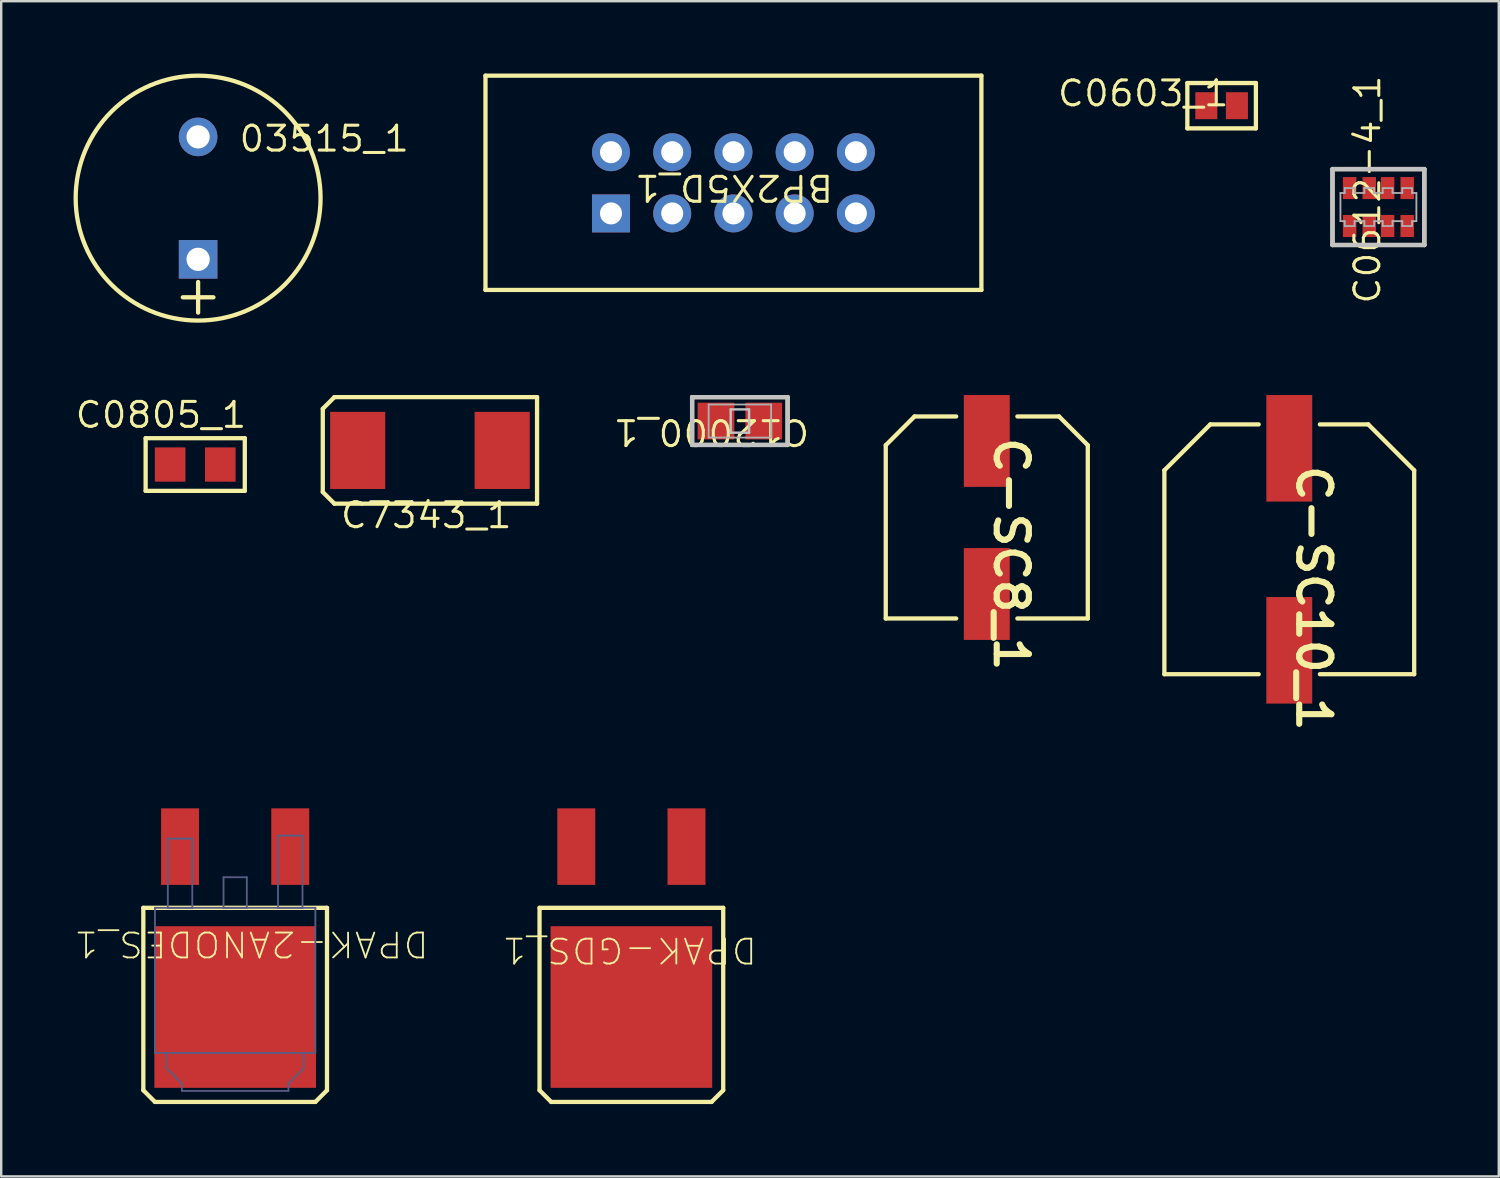
<source format=kicad_pcb>
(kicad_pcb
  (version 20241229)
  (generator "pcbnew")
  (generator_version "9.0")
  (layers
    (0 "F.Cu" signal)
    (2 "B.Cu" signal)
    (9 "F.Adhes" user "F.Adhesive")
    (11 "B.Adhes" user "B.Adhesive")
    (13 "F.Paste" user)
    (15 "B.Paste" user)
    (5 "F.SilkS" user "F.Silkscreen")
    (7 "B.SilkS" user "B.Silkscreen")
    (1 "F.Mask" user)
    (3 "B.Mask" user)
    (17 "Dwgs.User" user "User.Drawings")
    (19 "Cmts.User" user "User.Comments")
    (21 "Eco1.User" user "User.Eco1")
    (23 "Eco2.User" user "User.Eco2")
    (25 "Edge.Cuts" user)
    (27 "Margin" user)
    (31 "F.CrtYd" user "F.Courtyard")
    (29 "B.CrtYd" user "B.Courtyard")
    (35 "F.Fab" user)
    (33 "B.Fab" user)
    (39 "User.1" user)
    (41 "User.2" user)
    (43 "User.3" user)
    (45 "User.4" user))
  (footprint "DPAK-GDS_1"
    (layer "F.Cu")
    (at 23.144 36.95)
    (property "Reference" "DPAK-GDS_1" (at -0.076 -0.584 180) (unlocked yes) (layer "F.SilkS") (effects (font (size 1.033 1.087) (thickness 0.076))))
    (attr smd)
    (fp_line (start -3.81 -2.337) (end -3.81 5.232) (stroke (width 0.178) (type solid)) (layer "F.SilkS"))
    (fp_line (start -3.327 5.715) (end -3.81 5.232) (stroke (width 0.178) (type solid)) (layer "F.SilkS"))
    (fp_line (start 3.327 5.715) (end -3.327 5.715) (stroke (width 0.178) (type solid)) (layer "F.SilkS"))
    (fp_line (start 3.81 -2.337) (end -3.81 -2.337) (stroke (width 0.178) (type solid)) (layer "F.SilkS"))
    (fp_line (start 3.81 -2.337) (end 3.81 5.232) (stroke (width 0.178) (type solid)) (layer "F.SilkS"))
    (fp_line (start 3.81 5.232) (end 3.327 5.715) (stroke (width 0.178) (type solid)) (layer "F.SilkS"))
    (pad "D" smd rect (at 0 1.778) (size 6.706 6.706) (layers "F.Cu" "F.Mask" "F.Paste"))
    (pad "G" smd rect (at 2.286 -4.877) (size 1.575 3.175) (layers "F.Cu" "F.Mask" "F.Paste"))
    (pad "S" smd rect (at -2.286 -4.877) (size 1.575 3.175) (layers "F.Cu" "F.Mask" "F.Paste")))
  (footprint "C0805_1"
    (layer "F.Cu")
    (at 5.049 16.222)
    (property "Reference" "C0805_1" (at -1.422 -2.057 0) (unlocked yes) (layer "F.SilkS") (effects (font (size 1.033 1.087) (thickness 0.127))))
    (attr smd)
    (fp_line (start -2.057 -1.092) (end 2.057 -1.092) (stroke (width 0.178) (type solid)) (layer "F.SilkS"))
    (fp_line (start -2.057 1.092) (end -2.057 -1.092) (stroke (width 0.178) (type solid)) (layer "F.SilkS"))
    (fp_line (start -2.057 1.092) (end 2.057 1.092) (stroke (width 0.178) (type solid)) (layer "F.SilkS"))
    (fp_line (start 2.057 1.092) (end 2.057 -1.092) (stroke (width 0.178) (type solid)) (layer "F.SilkS"))
    (pad "1" smd rect (at -1.041 0) (size 1.27 1.422) (layers "F.Cu" "F.Mask" "F.Paste"))
    (pad "2" smd rect (at 1.041 0) (size 1.27 1.422) (layers "F.Cu" "F.Mask" "F.Paste")))
  (footprint "C-SC8_1"
    (layer "F.Cu")
    (at 37.888 18.418)
    (property "Reference" "C-SC8_1" (at 1.016 1.524 270) (unlocked yes) (layer "F.SilkS") (effects (font (size 1.333 1.402) (thickness 0.254))))
    (attr smd)
    (fp_line (start -4.191 -2.997) (end -2.997 -4.191) (stroke (width 0.178) (type solid)) (layer "F.SilkS"))
    (fp_line (start -4.191 4.191) (end -4.191 -2.997) (stroke (width 0.178) (type solid)) (layer "F.SilkS"))
    (fp_line (start -4.191 4.191) (end -1.27 4.191) (stroke (width 0.178) (type solid)) (layer "F.SilkS"))
    (fp_line (start -2.997 -4.191) (end -1.27 -4.191) (stroke (width 0.178) (type solid)) (layer "F.SilkS"))
    (fp_line (start 1.27 -4.191) (end 2.997 -4.191) (stroke (width 0.178) (type solid)) (layer "F.SilkS"))
    (fp_line (start 1.27 4.191) (end 4.191 4.191) (stroke (width 0.178) (type solid)) (layer "F.SilkS"))
    (fp_line (start 2.997 -4.191) (end 4.191 -2.997) (stroke (width 0.178) (type solid)) (layer "F.SilkS"))
    (fp_line (start 4.191 4.191) (end 4.191 -2.997) (stroke (width 0.178) (type solid)) (layer "F.SilkS"))
    (pad "+" smd rect (at 0 -3.175) (size 1.905 3.81) (layers "F.Cu" "F.Mask" "F.Paste"))
    (pad "-" smd rect (at 0 3.175) (size 1.905 3.81) (layers "F.Cu" "F.Mask" "F.Paste")))
  (footprint "C0612-4_1"
    (layer "F.Cu")
    (at 54.136 5.54)
    (property "Reference" "C0612-4_1" (at -0.457 -0.724 90) (unlocked yes) (layer "F.SilkS") (effects (font (size 1.033 1.087) (thickness 0.127))))
    (attr smd)
    (fp_line (start -1.905 -1.575) (end 1.905 -1.575) (stroke (width 0.178) (type solid)) (layer "F.SilkS"))
    (fp_line (start -1.905 1.575) (end -1.905 -1.575) (stroke (width 0.178) (type solid)) (layer "F.SilkS"))
    (fp_line (start -1.905 1.575) (end 1.905 1.575) (stroke (width 0.178) (type solid)) (layer "F.SilkS"))
    (fp_line (start 1.905 1.575) (end 1.905 -1.575) (stroke (width 0.178) (type solid)) (layer "F.SilkS"))
    (fp_line (start -1.905 -1.575) (end 1.905 -1.575) (stroke (width 0.178) (type solid)) (layer "Dwgs.User"))
    (fp_line (start -1.905 1.575) (end -1.905 -1.575) (stroke (width 0.178) (type solid)) (layer "Dwgs.User"))
    (fp_line (start -1.905 1.575) (end 1.905 1.575) (stroke (width 0.178) (type solid)) (layer "Dwgs.User"))
    (fp_line (start 1.905 1.575) (end 1.905 -1.575) (stroke (width 0.178) (type solid)) (layer "Dwgs.User"))
    (fp_line (start -1.575 -0.584) (end -1.397 -0.584) (stroke (width 0.076) (type solid)) (layer "F.Fab"))
    (fp_line (start -1.575 0.584) (end -1.575 -0.584) (stroke (width 0.076) (type solid)) (layer "F.Fab"))
    (fp_line (start -1.575 0.584) (end -1.397 0.584) (stroke (width 0.076) (type solid)) (layer "F.Fab"))
    (fp_line (start -1.397 -0.787) (end -0.991 -0.787) (stroke (width 0.076) (type solid)) (layer "F.Fab"))
    (fp_line (start -1.397 -0.584) (end -1.397 -0.787) (stroke (width 0.076) (type solid)) (layer "F.Fab"))
    (fp_line (start -1.397 0.787) (end -1.397 0.584) (stroke (width 0.076) (type solid)) (layer "F.Fab"))
    (fp_line (start -1.397 0.787) (end -0.991 0.787) (stroke (width 0.076) (type solid)) (layer "F.Fab"))
    (fp_line (start -0.991 -0.584) (end -0.991 -0.787) (stroke (width 0.076) (type solid)) (layer "F.Fab"))
    (fp_line (start -0.991 -0.584) (end -0.584 -0.584) (stroke (width 0.076) (type solid)) (layer "F.Fab"))
    (fp_line (start -0.991 0.584) (end -0.584 0.584) (stroke (width 0.076) (type solid)) (layer "F.Fab"))
    (fp_line (start -0.991 0.787) (end -0.991 0.584) (stroke (width 0.076) (type solid)) (layer "F.Fab"))
    (fp_line (start -0.584 -0.787) (end -0.178 -0.787) (stroke (width 0.076) (type solid)) (layer "F.Fab"))
    (fp_line (start -0.584 -0.584) (end -0.584 -0.787) (stroke (width 0.076) (type solid)) (layer "F.Fab"))
    (fp_line (start -0.584 0.787) (end -0.584 0.584) (stroke (width 0.076) (type solid)) (layer "F.Fab"))
    (fp_line (start -0.584 0.787) (end -0.178 0.787) (stroke (width 0.076) (type solid)) (layer "F.Fab"))
    (fp_line (start -0.178 -0.584) (end -0.178 -0.787) (stroke (width 0.076) (type solid)) (layer "F.Fab"))
    (fp_line (start -0.178 -0.584) (end 0.178 -0.584) (stroke (width 0.076) (type solid)) (layer "F.Fab"))
    (fp_line (start -0.178 0.584) (end 0.178 0.584) (stroke (width 0.076) (type solid)) (layer "F.Fab"))
    (fp_line (start -0.178 0.787) (end -0.178 0.584) (stroke (width 0.076) (type solid)) (layer "F.Fab"))
    (fp_line (start 0.178 -0.787) (end 0.584 -0.787) (stroke (width 0.076) (type solid)) (layer "F.Fab"))
    (fp_line (start 0.178 -0.584) (end 0.178 -0.787) (stroke (width 0.076) (type solid)) (layer "F.Fab"))
    (fp_line (start 0.178 0.787) (end 0.178 0.584) (stroke (width 0.076) (type solid)) (layer "F.Fab"))
    (fp_line (start 0.178 0.787) (end 0.584 0.787) (stroke (width 0.076) (type solid)) (layer "F.Fab"))
    (fp_line (start 0.584 -0.584) (end 0.584 -0.787) (stroke (width 0.076) (type solid)) (layer "F.Fab"))
    (fp_line (start 0.584 -0.584) (end 0.991 -0.584) (stroke (width 0.076) (type solid)) (layer "F.Fab"))
    (fp_line (start 0.584 0.584) (end 0.991 0.584) (stroke (width 0.076) (type solid)) (layer "F.Fab"))
    (fp_line (start 0.584 0.787) (end 0.584 0.584) (stroke (width 0.076) (type solid)) (layer "F.Fab"))
    (fp_line (start 0.991 -0.787) (end 1.397 -0.787) (stroke (width 0.076) (type solid)) (layer "F.Fab"))
    (fp_line (start 0.991 -0.584) (end 0.991 -0.787) (stroke (width 0.076) (type solid)) (layer "F.Fab"))
    (fp_line (start 0.991 0.787) (end 0.991 0.584) (stroke (width 0.076) (type solid)) (layer "F.Fab"))
    (fp_line (start 0.991 0.787) (end 1.397 0.787) (stroke (width 0.076) (type solid)) (layer "F.Fab"))
    (fp_line (start 1.397 -0.584) (end 1.397 -0.787) (stroke (width 0.076) (type solid)) (layer "F.Fab"))
    (fp_line (start 1.397 -0.584) (end 1.575 -0.584) (stroke (width 0.076) (type solid)) (layer "F.Fab"))
    (fp_line (start 1.397 0.584) (end 1.575 0.584) (stroke (width 0.076) (type solid)) (layer "F.Fab"))
    (fp_line (start 1.397 0.787) (end 1.397 0.584) (stroke (width 0.076) (type solid)) (layer "F.Fab"))
    (fp_line (start 1.575 0.584) (end 1.575 -0.584) (stroke (width 0.076) (type solid)) (layer "F.Fab"))
    (pad "1" smd rect (at -1.194 0.787) (size 0.559 0.914) (layers "F.Cu" "F.Mask" "F.Paste"))
    (pad "2" smd rect (at -0.381 0.787) (size 0.559 0.914) (layers "F.Cu" "F.Mask" "F.Paste"))
    (pad "3" smd rect (at 0.381 0.787) (size 0.559 0.914) (layers "F.Cu" "F.Mask" "F.Paste"))
    (pad "4" smd rect (at 1.194 0.787) (size 0.559 0.914) (layers "F.Cu" "F.Mask" "F.Paste"))
    (pad "5" smd rect (at 1.194 -0.787) (size 0.559 0.914) (layers "F.Cu" "F.Mask" "F.Paste"))
    (pad "6" smd rect (at 0.381 -0.787) (size 0.559 0.914) (layers "F.Cu" "F.Mask" "F.Paste"))
    (pad "7" smd rect (at -0.381 -0.787) (size 0.559 0.914) (layers "F.Cu" "F.Mask" "F.Paste"))
    (pad "8" smd rect (at -1.194 -0.787) (size 0.559 0.914) (layers "F.Cu" "F.Mask" "F.Paste")))
  (footprint "C0603_1"
    (layer "F.Cu")
    (at 47.631 1.335)
    (property "Reference" "C0603_1" (at -3.251 -0.508 0) (unlocked yes) (layer "F.SilkS") (effects (font (size 1.033 1.087) (thickness 0.127))))
    (attr smd)
    (fp_line (start -1.422 -0.94) (end 1.422 -0.94) (stroke (width 0.178) (type solid)) (layer "F.SilkS"))
    (fp_line (start -1.422 0.94) (end -1.422 -0.94) (stroke (width 0.178) (type solid)) (layer "F.SilkS"))
    (fp_line (start -1.422 0.94) (end 1.422 0.94) (stroke (width 0.178) (type solid)) (layer "F.SilkS"))
    (fp_line (start 1.422 0.94) (end 1.422 -0.94) (stroke (width 0.178) (type solid)) (layer "F.SilkS"))
    (pad "1" smd rect (at -0.635 0) (size 0.914 1.118) (layers "F.Cu" "F.Mask" "F.Paste"))
    (pad "2" smd rect (at 0.635 0) (size 0.914 1.118) (layers "F.Cu" "F.Mask" "F.Paste")))
  (footprint "BP2X5D_1"
    (layer "F.Cu")
    (at 22.298 5.804)
    (property "Reference" "BP2X5D_1" (at 5.105 -1.067 180) (unlocked yes) (layer "F.SilkS") (effects (font (size 1.033 1.087) (thickness 0.127))))
    (attr smd)
    (fp_line (start -5.207 -5.715) (end 15.367 -5.715) (stroke (width 0.178) (type solid)) (layer "F.SilkS"))
    (fp_line (start -5.207 3.175) (end -5.207 -5.715) (stroke (width 0.178) (type solid)) (layer "F.SilkS"))
    (fp_line (start -5.207 3.175) (end 15.367 3.175) (stroke (width 0.178) (type solid)) (layer "F.SilkS"))
    (fp_line (start 15.367 3.175) (end 15.367 -5.715) (stroke (width 0.178) (type solid)) (layer "F.SilkS"))
    (pad "1" thru_hole rect (at 0 0) (size 1.575 1.575) (drill 0.914) (layers "*.Cu" "*.Mask"))
    (pad "2" thru_hole circle (at 0 -2.54) (size 1.575 1.575) (drill 0.914) (layers "*.Cu" "*.Mask"))
    (pad "3" thru_hole circle (at 2.54 0) (size 1.575 1.575) (drill 0.914) (layers "*.Cu" "*.Mask"))
    (pad "4" thru_hole circle (at 2.54 -2.54) (size 1.575 1.575) (drill 0.914) (layers "*.Cu" "*.Mask"))
    (pad "5" thru_hole circle (at 5.08 0) (size 1.575 1.575) (drill 0.914) (layers "*.Cu" "*.Mask"))
    (pad "6" thru_hole circle (at 5.08 -2.54) (size 1.575 1.575) (drill 0.914) (layers "*.Cu" "*.Mask"))
    (pad "7" thru_hole circle (at 7.62 0) (size 1.575 1.575) (drill 0.914) (layers "*.Cu" "*.Mask"))
    (pad "8" thru_hole circle (at 7.62 -2.54) (size 1.575 1.575) (drill 0.914) (layers "*.Cu" "*.Mask"))
    (pad "9" thru_hole circle (at 10.16 0) (size 1.575 1.575) (drill 0.914) (layers "*.Cu" "*.Mask"))
    (pad "10" thru_hole circle (at 10.16 -2.54) (size 1.575 1.575) (drill 0.914) (layers "*.Cu" "*.Mask")))
  (footprint "C-SC10_1"
    (layer "F.Cu")
    (at 50.438 19.739)
    (property "Reference" "C-SC10_1" (at 1.016 2.032 270) (unlocked yes) (layer "F.SilkS") (effects (font (size 1.333 1.402) (thickness 0.254))))
    (attr smd)
    (fp_line (start -5.182 -3.277) (end -3.277 -5.182) (stroke (width 0.178) (type solid)) (layer "F.SilkS"))
    (fp_line (start -5.182 5.182) (end -5.182 -3.277) (stroke (width 0.178) (type solid)) (layer "F.SilkS"))
    (fp_line (start -5.182 5.182) (end -1.27 5.182) (stroke (width 0.178) (type solid)) (layer "F.SilkS"))
    (fp_line (start -3.277 -5.182) (end -1.27 -5.182) (stroke (width 0.178) (type solid)) (layer "F.SilkS"))
    (fp_line (start 1.27 -5.182) (end 3.277 -5.182) (stroke (width 0.178) (type solid)) (layer "F.SilkS"))
    (fp_line (start 1.27 5.182) (end 5.182 5.182) (stroke (width 0.178) (type solid)) (layer "F.SilkS"))
    (fp_line (start 3.277 -5.182) (end 5.182 -3.277) (stroke (width 0.178) (type solid)) (layer "F.SilkS"))
    (fp_line (start 5.182 5.182) (end 5.182 -3.277) (stroke (width 0.178) (type solid)) (layer "F.SilkS"))
    (pad "+" smd rect (at 0 -4.191) (size 1.905 4.42) (layers "F.Cu" "F.Mask" "F.Paste"))
    (pad "-" smd rect (at 0 4.191) (size 1.905 4.42) (layers "F.Cu" "F.Mask" "F.Paste")))
  (footprint "03515_1"
    (layer "F.Cu")
    (at 5.169 5.169)
    (property "Reference" "03515_1" (at 5.232 -2.464 0) (unlocked yes) (layer "F.SilkS") (effects (font (size 1.033 1.087) (thickness 0.127))))
    (attr smd)
    (fp_line (start -0.635 4.115) (end 0.635 4.115) (stroke (width 0.178) (type solid)) (layer "F.SilkS"))
    (fp_line (start 0 4.75) (end 0 3.48) (stroke (width 0.178) (type solid)) (layer "F.SilkS"))
    (fp_circle (center 0 0) (end 5.08 0) (stroke (width 0.178) (type solid)) (fill no) (layer "F.SilkS"))
    (pad "+" thru_hole rect (at 0 2.54) (size 1.6 1.6) (drill 0.965) (layers "*.Cu" "*.Mask"))
    (pad "-" thru_hole circle (at 0 -2.54) (size 1.6 1.6) (drill 0.965) (layers "*.Cu" "*.Mask")))
  (footprint "C7343_1"
    (layer "F.Cu")
    (at 14.786 15.636)
    (property "Reference" "C7343_1" (at -0.152 2.692 0) (unlocked yes) (layer "F.SilkS") (effects (font (size 1.033 1.087) (thickness 0.127))))
    (attr smd)
    (fp_line (start -4.445 -1.727) (end -3.962 -2.21) (stroke (width 0.178) (type solid)) (layer "F.SilkS"))
    (fp_line (start -4.445 1.727) (end -4.445 -1.727) (stroke (width 0.178) (type solid)) (layer "F.SilkS"))
    (fp_line (start -4.445 1.727) (end -3.962 2.21) (stroke (width 0.178) (type solid)) (layer "F.SilkS"))
    (fp_line (start -3.962 -2.21) (end 4.445 -2.21) (stroke (width 0.178) (type solid)) (layer "F.SilkS"))
    (fp_line (start -3.962 2.21) (end 4.445 2.21) (stroke (width 0.178) (type solid)) (layer "F.SilkS"))
    (fp_line (start 4.445 2.21) (end 4.445 -2.21) (stroke (width 0.178) (type solid)) (layer "F.SilkS"))
    (pad "+" smd rect (at -2.997 0) (size 2.286 3.2) (layers "F.Cu" "F.Mask" "F.Paste"))
    (pad "-" smd rect (at 2.997 0) (size 2.286 3.2) (layers "F.Cu" "F.Mask" "F.Paste")))
  (footprint "C12000_1"
    (layer "F.Cu")
    (at 27.645 14.417)
    (property "Reference" "C12000_1" (at -1.181 0.457 180) (unlocked yes) (layer "F.SilkS") (effects (font (size 1.033 1.087) (thickness 0.127))))
    (attr smd)
    (fp_line (start -1.981 -0.991) (end 1.981 -0.991) (stroke (width 0.178) (type solid)) (layer "F.SilkS"))
    (fp_line (start -1.981 0.991) (end -1.981 -0.991) (stroke (width 0.178) (type solid)) (layer "F.SilkS"))
    (fp_line (start -1.981 0.991) (end 1.981 0.991) (stroke (width 0.178) (type solid)) (layer "F.SilkS"))
    (fp_line (start 1.981 0.991) (end 1.981 -0.991) (stroke (width 0.178) (type solid)) (layer "F.SilkS"))
    (fp_line (start -1.981 -0.991) (end 1.981 -0.991) (stroke (width 0.178) (type solid)) (layer "Dwgs.User"))
    (fp_line (start -1.981 0.991) (end -1.981 -0.991) (stroke (width 0.178) (type solid)) (layer "Dwgs.User"))
    (fp_line (start -1.981 0.991) (end 1.981 0.991) (stroke (width 0.178) (type solid)) (layer "Dwgs.User"))
    (fp_line (start -0.381 -0.483) (end 0.381 -0.483) (stroke (width 0.1) (type solid)) (layer "Dwgs.User"))
    (fp_line (start -0.381 0.483) (end -0.381 -0.483) (stroke (width 0.1) (type solid)) (layer "Dwgs.User"))
    (fp_line (start -0.381 0.483) (end 0.381 0.483) (stroke (width 0.1) (type solid)) (layer "Dwgs.User"))
    (fp_line (start 0.381 0.483) (end 0.381 -0.483) (stroke (width 0.1) (type solid)) (layer "Dwgs.User"))
    (fp_line (start 1.981 0.991) (end 1.981 -0.991) (stroke (width 0.178) (type solid)) (layer "Dwgs.User"))
    (fp_line (start -1.295 -0.686) (end 1.295 -0.686) (stroke (width 0.076) (type solid)) (layer "F.Fab"))
    (fp_line (start -1.295 0.686) (end -1.295 -0.686) (stroke (width 0.076) (type solid)) (layer "F.Fab"))
    (fp_line (start -1.295 0.686) (end 1.295 0.686) (stroke (width 0.076) (type solid)) (layer "F.Fab"))
    (fp_line (start 1.295 0.686) (end 1.295 -0.686) (stroke (width 0.076) (type solid)) (layer "F.Fab"))
    (pad "1" smd rect (at -0.991 0) (size 1.524 1.524) (layers "F.Cu" "F.Mask" "F.Paste"))
    (pad "2" smd rect (at 0.991 0) (size 1.524 1.524) (layers "F.Cu" "F.Mask" "F.Paste")))
  (footprint "DPAK-2ANODES_1"
    (layer "F.Cu")
    (at 6.706 36.95)
    (property "Reference" "DPAK-2ANODES_1" (at 0.673 -0.838 180) (unlocked yes) (layer "F.SilkS") (effects (font (size 1.033 1.087) (thickness 0.076))))
    (attr smd)
    (fp_line (start -3.81 -2.337) (end -3.81 5.232) (stroke (width 0.178) (type solid)) (layer "F.SilkS"))
    (fp_line (start -3.327 5.715) (end -3.81 5.232) (stroke (width 0.178) (type solid)) (layer "F.SilkS"))
    (fp_line (start 3.327 5.715) (end -3.327 5.715) (stroke (width 0.178) (type solid)) (layer "F.SilkS"))
    (fp_line (start 3.81 -2.337) (end -3.81 -2.337) (stroke (width 0.178) (type solid)) (layer "F.SilkS"))
    (fp_line (start 3.81 -2.337) (end 3.81 5.232) (stroke (width 0.178) (type solid)) (layer "F.SilkS"))
    (fp_line (start 3.81 5.232) (end 3.327 5.715) (stroke (width 0.178) (type solid)) (layer "F.SilkS"))
    (fp_line (start -3.327 -2.337) (end -3.327 3.683) (stroke (width 0.076) (type solid)) (layer "B.Fab"))
    (fp_line (start -2.845 3.683) (end -2.845 4.318) (stroke (width 0.076) (type solid)) (layer "B.Fab"))
    (fp_line (start -2.794 -5.207) (end -2.794 -2.337) (stroke (width 0.076) (type solid)) (layer "B.Fab"))
    (fp_line (start -2.21 4.953) (end -2.845 4.318) (stroke (width 0.076) (type solid)) (layer "B.Fab"))
    (fp_line (start -2.21 4.953) (end -2.21 5.258) (stroke (width 0.076) (type solid)) (layer "B.Fab"))
    (fp_line (start -1.778 -5.207) (end -2.794 -5.207) (stroke (width 0.076) (type solid)) (layer "B.Fab"))
    (fp_line (start -1.778 -5.207) (end -1.778 -2.337) (stroke (width 0.076) (type solid)) (layer "B.Fab"))
    (fp_line (start -1.778 -2.337) (end -2.794 -2.337) (stroke (width 0.076) (type solid)) (layer "B.Fab"))
    (fp_line (start -0.483 -3.607) (end -0.483 -2.337) (stroke (width 0.076) (type solid)) (layer "B.Fab"))
    (fp_line (start 0.483 -3.607) (end -0.483 -3.607) (stroke (width 0.076) (type solid)) (layer "B.Fab"))
    (fp_line (start 0.483 -3.607) (end 0.483 -2.337) (stroke (width 0.076) (type solid)) (layer "B.Fab"))
    (fp_line (start 0.483 -2.337) (end -0.483 -2.337) (stroke (width 0.076) (type solid)) (layer "B.Fab"))
    (fp_line (start 1.778 -5.334) (end 1.778 -2.337) (stroke (width 0.076) (type solid)) (layer "B.Fab"))
    (fp_line (start 2.21 4.953) (end 2.21 5.258) (stroke (width 0.076) (type solid)) (layer "B.Fab"))
    (fp_line (start 2.21 5.258) (end -2.21 5.258) (stroke (width 0.076) (type solid)) (layer "B.Fab"))
    (fp_line (start 2.794 -5.334) (end 1.778 -5.334) (stroke (width 0.076) (type solid)) (layer "B.Fab"))
    (fp_line (start 2.794 -5.334) (end 2.794 -2.337) (stroke (width 0.076) (type solid)) (layer "B.Fab"))
    (fp_line (start 2.794 -2.337) (end 1.778 -2.337) (stroke (width 0.076) (type solid)) (layer "B.Fab"))
    (fp_line (start 2.845 3.683) (end 2.845 4.318) (stroke (width 0.076) (type solid)) (layer "B.Fab"))
    (fp_line (start 2.845 4.318) (end 2.21 4.953) (stroke (width 0.076) (type solid)) (layer "B.Fab"))
    (fp_line (start 3.327 -2.337) (end -3.327 -2.337) (stroke (width 0.076) (type solid)) (layer "B.Fab"))
    (fp_line (start 3.327 -2.337) (end 3.327 3.683) (stroke (width 0.076) (type solid)) (layer "B.Fab"))
    (fp_line (start 3.327 3.683) (end -3.327 3.683) (stroke (width 0.076) (type solid)) (layer "B.Fab"))
    (pad "A1" smd rect (at 2.286 -4.877) (size 1.575 3.175) (layers "F.Cu" "F.Mask" "F.Paste"))
    (pad "A2" smd rect (at -2.286 -4.877) (size 1.575 3.175) (layers "F.Cu" "F.Mask" "F.Paste"))
    (pad "K" smd rect (at 0 1.778) (size 6.706 6.706) (layers "F.Cu" "F.Mask" "F.Paste")))
  (gr_rect
    (start -3 -3)
    (end 59.13 45.754)
    (stroke (width 0.1) (type default))
    (fill no)
    (layer "Edge.Cuts")))
</source>
